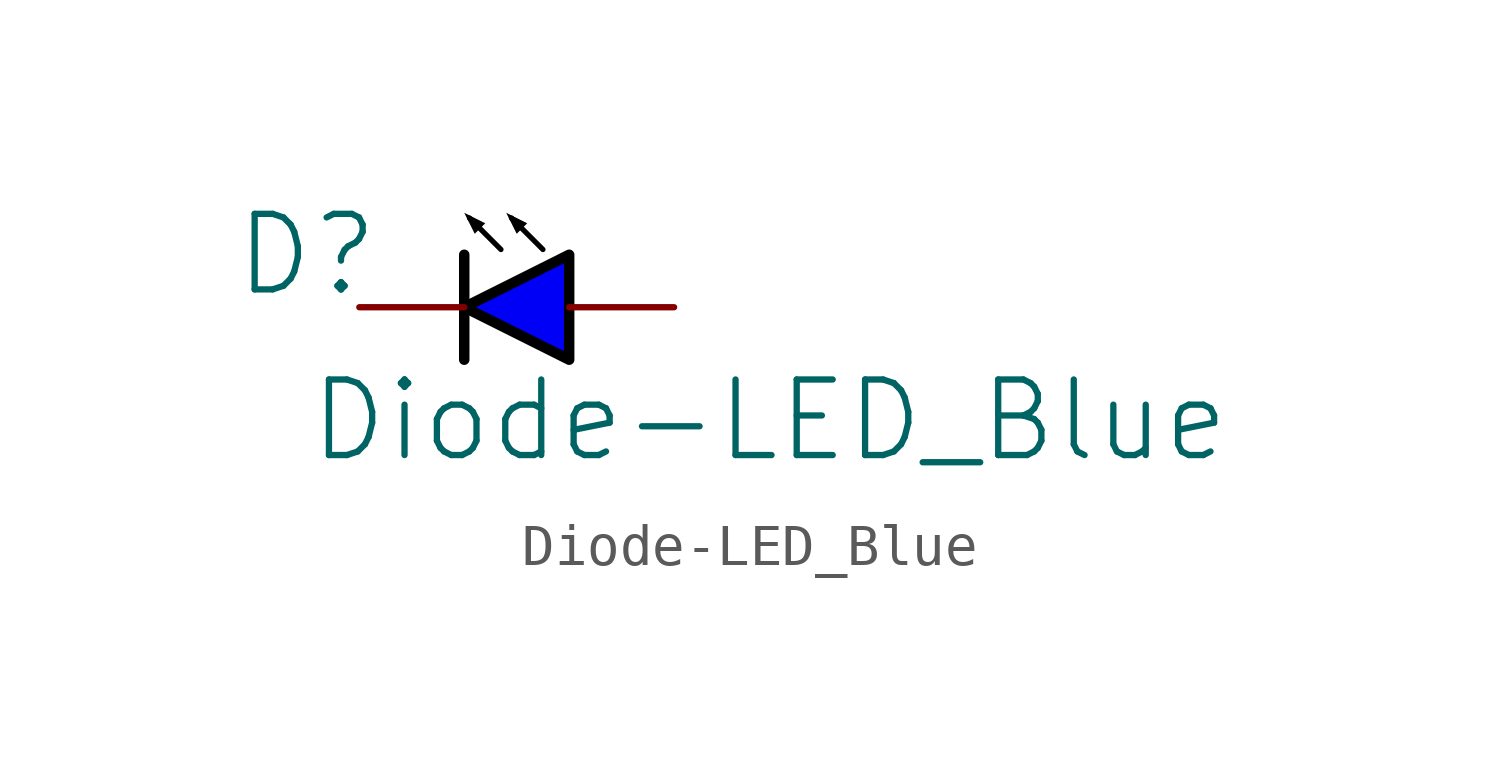
<source format=kicad_sym>
(kicad_symbol_lib
  (version 20231120)
  (generator "kicad_symbol_editor")
  (generator_version "8.0")
  (symbol "Diode-LED_Blue"
    (property "Reference" "D"
      (at -1.27 1.27 0)
      (effects (font (size 1.829 1.829))))
    (property "Value" "Diode-LED_Blue"
      (at -1.27 -3.81 0)
      (effects (font (size 1.829 1.829)) (justify left bottom)))
    (symbol "Diode-LED_Blue_1_0"
      (polyline (pts (xy 2.54 1.27) (xy 2.54 -1.27)) (stroke (width 0.254) (type solid) (color 0 0 0 1)) (fill (type none)))
      (polyline (pts (xy 2.667 2.159) (xy 3.429 1.397)) (stroke (width 0.127) (type solid) (color 0 0 0 1)) (fill (type none)))
      (polyline (pts (xy 3.683 2.159) (xy 4.445 1.397)) (stroke (width 0.127) (type solid) (color 0 0 0 1)) (fill (type none)))
      (polyline (pts (xy 3.048 2.032) (xy 2.794 1.778) (xy 2.54 2.286) (xy 3.048 2.032)) (stroke (width -0.0001) (type solid) (color 0 0 0 1)) (fill (type outline)))
      (polyline (pts (xy 4.064 2.032) (xy 3.81 1.778) (xy 3.556 2.286) (xy 4.064 2.032)) (stroke (width -0.0001) (type solid) (color 0 0 0 1)) (fill (type outline)))
      (polyline (pts (xy 5.08 1.27) (xy 2.54 0) (xy 5.08 -1.27) (xy 5.08 1.27)) (stroke (width 0.254) (type solid) (color 0 0 0 1)) (fill (type color) (color 0 0 246 1)))
      (pin passive line (at 7.62 0 180) (length 2.54) (name "Anode" (effects (font (size 0 0)))) (number "A" (effects (font (size 0 0)))))
      (pin passive line (at 0 0 0) (length 2.54) (name "Cathode" (effects (font (size 0 0)))) (number "K" (effects (font (size 0 0))))))))
</source>
